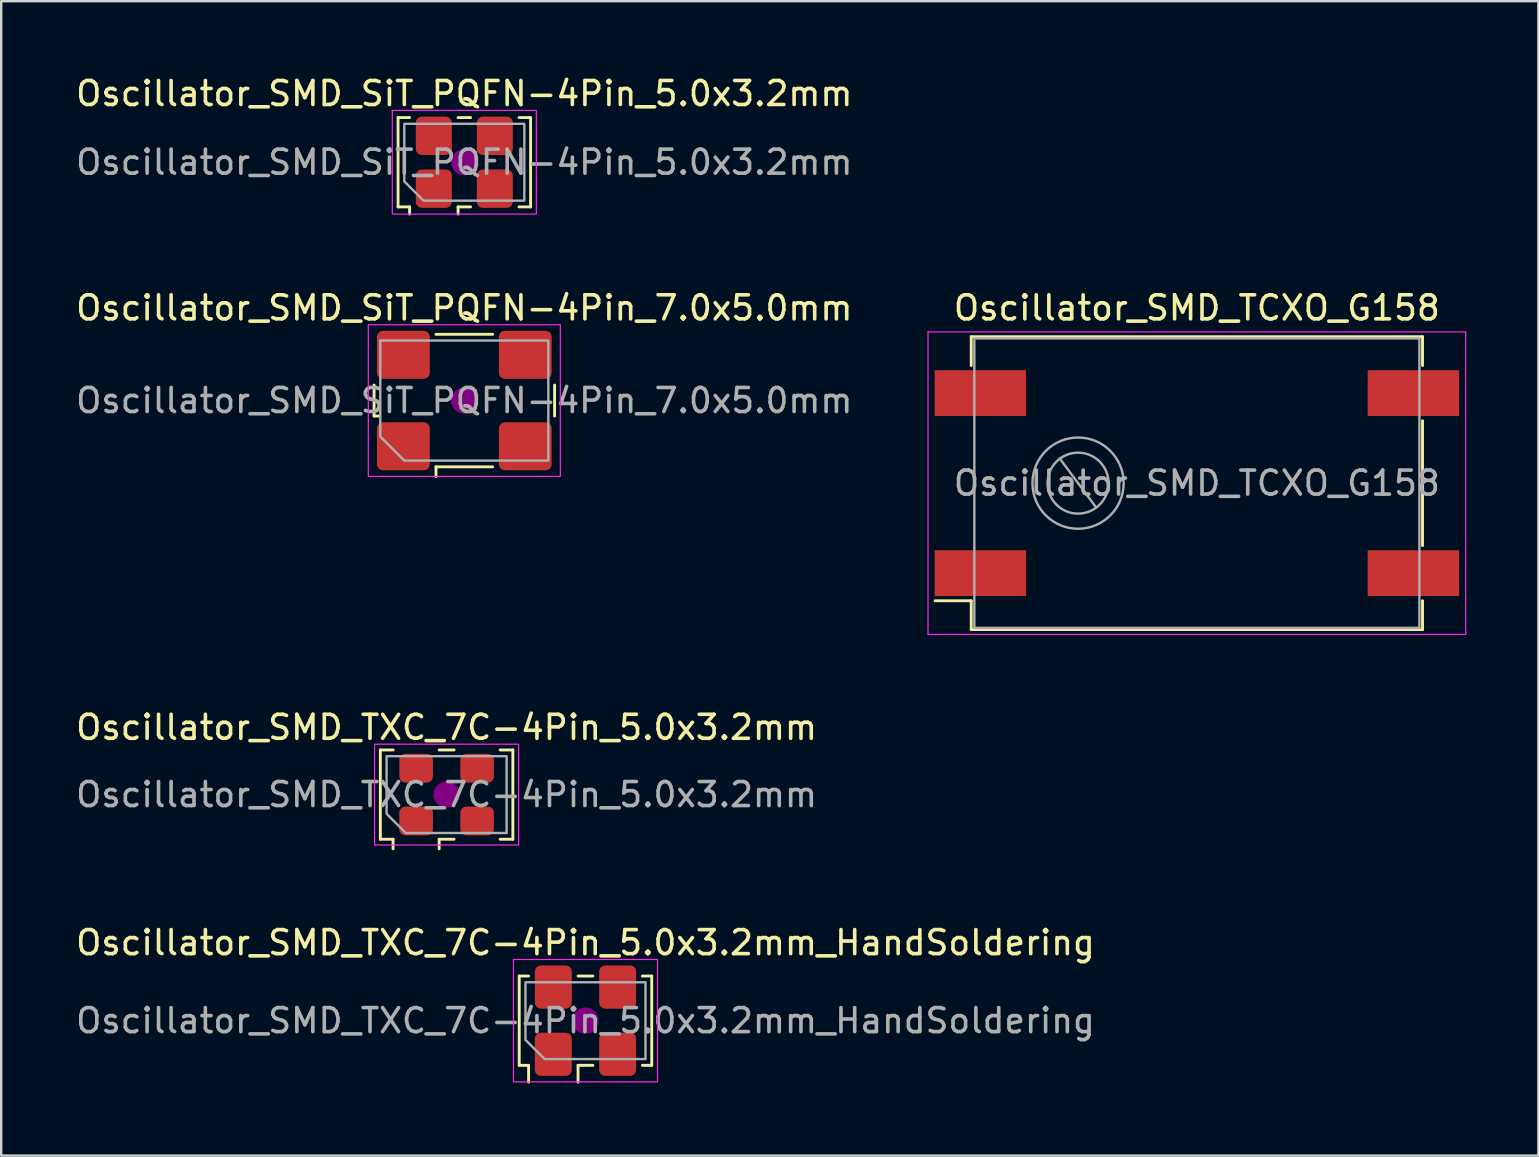
<source format=kicad_pcb>
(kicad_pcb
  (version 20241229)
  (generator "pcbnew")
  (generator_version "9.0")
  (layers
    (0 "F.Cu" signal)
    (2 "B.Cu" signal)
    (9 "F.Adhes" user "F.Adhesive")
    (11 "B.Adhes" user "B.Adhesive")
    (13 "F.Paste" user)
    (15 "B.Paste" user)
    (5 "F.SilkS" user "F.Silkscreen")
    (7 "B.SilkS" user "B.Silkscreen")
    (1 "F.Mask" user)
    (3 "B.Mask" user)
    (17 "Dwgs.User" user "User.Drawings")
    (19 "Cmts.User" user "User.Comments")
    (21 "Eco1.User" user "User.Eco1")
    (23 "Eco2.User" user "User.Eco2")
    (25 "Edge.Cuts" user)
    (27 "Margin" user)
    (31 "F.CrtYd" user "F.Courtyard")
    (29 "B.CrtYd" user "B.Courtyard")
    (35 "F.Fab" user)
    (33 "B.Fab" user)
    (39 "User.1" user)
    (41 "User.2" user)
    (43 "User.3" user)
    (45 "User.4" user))
  (footprint "Oscillator_SMD_TCXO_G158"
    (layer "F.Cu")
    (at 46.808 17.076)
    (property "Reference" "Oscillator_SMD_TCXO_G158" (at 0 -7.3 0) (layer "F.SilkS") (effects (font (size 1 1) (thickness 0.15))))
    (attr smd)
    (fp_line (start -10.9 4.9) (end -9.4 4.9) (stroke (width 0.12) (type solid)) (layer "F.SilkS"))
    (fp_line (start -9.4 -6.1) (end -9.4 -4.9) (stroke (width 0.12) (type solid)) (layer "F.SilkS"))
    (fp_line (start -9.4 4.9) (end -9.4 6.1) (stroke (width 0.12) (type solid)) (layer "F.SilkS"))
    (fp_line (start -9.4 6.1) (end 9.4 6.1) (stroke (width 0.12) (type solid)) (layer "F.SilkS"))
    (fp_line (start 9.4 -6.1) (end -9.4 -6.1) (stroke (width 0.12) (type solid)) (layer "F.SilkS"))
    (fp_line (start 9.4 -4.9) (end 9.4 -6.1) (stroke (width 0.12) (type solid)) (layer "F.SilkS"))
    (fp_line (start 9.4 2.6) (end 9.4 -2.6) (stroke (width 0.12) (type solid)) (layer "F.SilkS"))
    (fp_line (start 9.4 6.1) (end 9.4 4.9) (stroke (width 0.12) (type solid)) (layer "F.SilkS"))
    (fp_line (start -11.2 -6.3) (end -11.2 6.3) (stroke (width 0.05) (type solid)) (layer "F.CrtYd"))
    (fp_line (start -11.2 6.3) (end 11.2 6.3) (stroke (width 0.05) (type solid)) (layer "F.CrtYd"))
    (fp_line (start 11.2 -6.3) (end -11.2 -6.3) (stroke (width 0.05) (type solid)) (layer "F.CrtYd"))
    (fp_line (start 11.2 6.3) (end 11.2 -6.3) (stroke (width 0.05) (type solid)) (layer "F.CrtYd"))
    (fp_line (start -9.27 -6.03) (end 9.27 -6.03) (stroke (width 0.1) (type solid)) (layer "F.Fab"))
    (fp_line (start -9.27 5.97) (end -9.27 -5.97) (stroke (width 0.1) (type solid)) (layer "F.Fab"))
    (fp_line (start -5.71 -1.02) (end -4.19 1.02) (stroke (width 0.1) (type solid)) (layer "F.Fab"))
    (fp_line (start 9.27 -5.97) (end 9.27 5.97) (stroke (width 0.1) (type solid)) (layer "F.Fab"))
    (fp_line (start 9.27 6.03) (end -9.27 6.03) (stroke (width 0.1) (type solid)) (layer "F.Fab"))
    (fp_circle (center -4.95 0) (end -3.68 0) (stroke (width 0.1) (type solid)) (fill no) (layer "F.Fab"))
    (fp_circle (center -4.95 0) (end -3.05 0) (stroke (width 0.1) (type solid)) (fill no) (layer "F.Fab"))
    (fp_text user "${REFERENCE}" (at 0 0 0) (layer "F.Fab") (effects (font (size 1 1) (thickness 0.15))))
    (pad "1" smd rect (at -9.02 3.75) (size 3.81 1.91) (layers "F.Cu" "F.Mask" "F.Paste"))
    (pad "2" smd rect (at 9.02 3.75) (size 3.81 1.91) (layers "F.Cu" "F.Mask" "F.Paste"))
    (pad "3" smd rect (at 9.02 -3.75) (size 3.81 1.91) (layers "F.Cu" "F.Mask" "F.Paste"))
    (pad "4" smd rect (at -9.02 -3.75) (size 3.81 1.91) (layers "F.Cu" "F.Mask" "F.Paste")))
  (footprint "Oscillator_SMD_SiT_PQFN-4Pin_7.0x5.0mm"
    (layer "F.Cu")
    (at 16.292 13.636)
    (property "Reference" "Oscillator_SMD_SiT_PQFN-4Pin_7.0x5.0mm" (at 0 -3.86 0) (layer "F.SilkS") (effects (font (size 1 1) (thickness 0.15))))
    (attr smd)
    (fp_line (start -3.76 0.645) (end -3.76 -0.645) (stroke (width 0.12) (type solid)) (layer "F.SilkS"))
    (fp_line (start -3.52 0.645) (end -3.76 0.645) (stroke (width 0.12) (type solid)) (layer "F.SilkS"))
    (fp_line (start -1.18 -2.76) (end 1.18 -2.76) (stroke (width 0.12) (type solid)) (layer "F.SilkS"))
    (fp_line (start -1.18 2.76) (end -1.18 3.165) (stroke (width 0.12) (type solid)) (layer "F.SilkS"))
    (fp_line (start 1.18 2.76) (end -1.18 2.76) (stroke (width 0.12) (type solid)) (layer "F.SilkS"))
    (fp_line (start 3.76 -0.645) (end 3.76 0.645) (stroke (width 0.12) (type solid)) (layer "F.SilkS"))
    (fp_circle (center 0 0) (end 0.5 0) (stroke (width 0.1) (type solid)) (fill yes) (layer "F.Adhes"))
    (fp_rect (start -4 -3.16) (end 4 3.16) (stroke (width 0.05) (type solid)) (fill no) (layer "F.CrtYd"))
    (fp_poly (pts (xy -3.5 -2.5) (xy -3.5 1.5) (xy -2.5 2.5) (xy 3.5 2.5) (xy 3.5 -2.5)) (stroke (width 0.1) (type solid)) (fill no) (layer "F.Fab"))
    (fp_text user "${REFERENCE}" (at 0 0 0) (layer "F.Fab") (effects (font (size 1 1) (thickness 0.15))))
    (pad "1" smd roundrect (at -2.54 1.905) (size 2.2 2) (layers "F.Cu" "F.Mask" "F.Paste") (roundrect_rratio 0.125))
    (pad "2" smd roundrect (at 2.54 1.905) (size 2.2 2) (layers "F.Cu" "F.Mask" "F.Paste") (roundrect_rratio 0.125))
    (pad "3" smd roundrect (at 2.54 -1.905) (size 2.2 2) (layers "F.Cu" "F.Mask" "F.Paste") (roundrect_rratio 0.125))
    (pad "4" smd roundrect (at -2.54 -1.905) (size 2.2 2) (layers "F.Cu" "F.Mask" "F.Paste") (roundrect_rratio 0.125)))
  (footprint "Oscillator_SMD_SiT_PQFN-4Pin_5.0x3.2mm"
    (layer "F.Cu")
    (at 16.292 3.708)
    (property "Reference" "Oscillator_SMD_SiT_PQFN-4Pin_5.0x3.2mm" (at 0 -2.86 0) (layer "F.SilkS") (effects (font (size 1 1) (thickness 0.15))))
    (attr smd)
    (fp_line (start -2.76 -1.86) (end -2.28 -1.86) (stroke (width 0.12) (type solid)) (layer "F.SilkS"))
    (fp_line (start -2.76 1.86) (end -2.76 -1.86) (stroke (width 0.12) (type solid)) (layer "F.SilkS"))
    (fp_line (start -2.28 1.86) (end -2.76 1.86) (stroke (width 0.12) (type solid)) (layer "F.SilkS"))
    (fp_line (start -2.28 2.16) (end -2.28 1.86) (stroke (width 0.12) (type solid)) (layer "F.SilkS"))
    (fp_line (start -0.26 -1.86) (end 0.26 -1.86) (stroke (width 0.12) (type solid)) (layer "F.SilkS"))
    (fp_line (start -0.26 1.86) (end -0.26 2.16) (stroke (width 0.12) (type solid)) (layer "F.SilkS"))
    (fp_line (start 0.26 1.86) (end -0.26 1.86) (stroke (width 0.12) (type solid)) (layer "F.SilkS"))
    (fp_line (start 2.28 -1.86) (end 2.76 -1.86) (stroke (width 0.12) (type solid)) (layer "F.SilkS"))
    (fp_line (start 2.76 -1.86) (end 2.76 1.86) (stroke (width 0.12) (type solid)) (layer "F.SilkS"))
    (fp_line (start 2.76 1.86) (end 2.28 1.86) (stroke (width 0.12) (type solid)) (layer "F.SilkS"))
    (fp_circle (center 0 0) (end 0.5 0) (stroke (width 0.1) (type solid)) (fill yes) (layer "F.Adhes"))
    (fp_rect (start -3 -2.16) (end 3 2.16) (stroke (width 0.05) (type solid)) (fill no) (layer "F.CrtYd"))
    (fp_poly (pts (xy -2.5 -1.6) (xy -2.5 0.8) (xy -1.7 1.6) (xy 2.5 1.6) (xy 2.5 -1.6)) (stroke (width 0.1) (type solid)) (fill no) (layer "F.Fab"))
    (fp_text user "${REFERENCE}" (at 0 0 0) (layer "F.Fab") (effects (font (size 1 1) (thickness 0.15))))
    (pad "1" smd roundrect (at -1.27 1.1) (size 1.5 1.6) (layers "F.Cu" "F.Mask" "F.Paste") (roundrect_rratio 0.167))
    (pad "2" smd roundrect (at 1.27 1.1) (size 1.5 1.6) (layers "F.Cu" "F.Mask" "F.Paste") (roundrect_rratio 0.167))
    (pad "3" smd roundrect (at 1.27 -1.1) (size 1.5 1.6) (layers "F.Cu" "F.Mask" "F.Paste") (roundrect_rratio 0.167))
    (pad "4" smd roundrect (at -1.27 -1.1) (size 1.5 1.6) (layers "F.Cu" "F.Mask" "F.Paste") (roundrect_rratio 0.167)))
  (footprint "Oscillator_SMD_TXC_7C-4Pin_5.0x3.2mm_HandSoldering"
    (layer "F.Cu")
    (at 21.339 39.468)
    (property "Reference" "Oscillator_SMD_TXC_7C-4Pin_5.0x3.2mm_HandSoldering" (at 0 -3.25 0) (layer "F.SilkS") (effects (font (size 1 1) (thickness 0.15))))
    (attr smd)
    (fp_line (start -2.76 -1.86) (end -2.37 -1.86) (stroke (width 0.12) (type solid)) (layer "F.SilkS"))
    (fp_line (start -2.76 1.86) (end -2.76 -1.86) (stroke (width 0.12) (type solid)) (layer "F.SilkS"))
    (fp_line (start -2.37 1.86) (end -2.76 1.86) (stroke (width 0.12) (type solid)) (layer "F.SilkS"))
    (fp_line (start -2.37 2.56) (end -2.37 1.86) (stroke (width 0.12) (type solid)) (layer "F.SilkS"))
    (fp_line (start -0.31 -1.86) (end 0.31 -1.86) (stroke (width 0.12) (type solid)) (layer "F.SilkS"))
    (fp_line (start -0.31 1.86) (end -0.31 2.56) (stroke (width 0.12) (type solid)) (layer "F.SilkS"))
    (fp_line (start 0.31 1.86) (end -0.31 1.86) (stroke (width 0.12) (type solid)) (layer "F.SilkS"))
    (fp_line (start 2.37 -1.86) (end 2.76 -1.86) (stroke (width 0.12) (type solid)) (layer "F.SilkS"))
    (fp_line (start 2.76 -1.86) (end 2.76 1.86) (stroke (width 0.12) (type solid)) (layer "F.SilkS"))
    (fp_line (start 2.76 1.86) (end 2.37 1.86) (stroke (width 0.12) (type solid)) (layer "F.SilkS"))
    (fp_circle (center 0 0) (end 0.5 0) (stroke (width 0.1) (type solid)) (fill yes) (layer "F.Adhes"))
    (fp_rect (start -3 -2.55) (end 3 2.55) (stroke (width 0.05) (type solid)) (fill no) (layer "F.CrtYd"))
    (fp_poly (pts (xy -2.5 -1.6) (xy -2.5 0.8) (xy -1.7 1.6) (xy 2.5 1.6) (xy 2.5 -1.6)) (stroke (width 0.1) (type solid)) (fill no) (layer "F.Fab"))
    (fp_text user "${REFERENCE}" (at 0 0 0) (layer "F.Fab") (effects (font (size 1 1) (thickness 0.15))))
    (pad "1" smd roundrect (at -1.34 1.4) (size 1.54 1.8) (layers "F.Cu" "F.Mask" "F.Paste") (roundrect_rratio 0.162))
    (pad "2" smd roundrect (at 1.34 1.4) (size 1.54 1.8) (layers "F.Cu" "F.Mask" "F.Paste") (roundrect_rratio 0.162))
    (pad "3" smd roundrect (at 1.34 -1.4) (size 1.54 1.8) (layers "F.Cu" "F.Mask" "F.Paste") (roundrect_rratio 0.162))
    (pad "4" smd roundrect (at -1.34 -1.4) (size 1.54 1.8) (layers "F.Cu" "F.Mask" "F.Paste") (roundrect_rratio 0.162)))
  (footprint "Oscillator_SMD_TXC_7C-4Pin_5.0x3.2mm"
    (layer "F.Cu")
    (at 15.554 30.05)
    (property "Reference" "Oscillator_SMD_TXC_7C-4Pin_5.0x3.2mm" (at 0 -2.8 0) (layer "F.SilkS") (effects (font (size 1 1) (thickness 0.15))))
    (attr smd)
    (fp_line (start -2.76 -1.86) (end -2.23 -1.86) (stroke (width 0.12) (type solid)) (layer "F.SilkS"))
    (fp_line (start -2.76 1.86) (end -2.76 -1.86) (stroke (width 0.12) (type solid)) (layer "F.SilkS"))
    (fp_line (start -2.23 1.86) (end -2.76 1.86) (stroke (width 0.12) (type solid)) (layer "F.SilkS"))
    (fp_line (start -2.23 2.26) (end -2.23 1.86) (stroke (width 0.12) (type solid)) (layer "F.SilkS"))
    (fp_line (start -0.31 -1.86) (end 0.31 -1.86) (stroke (width 0.12) (type solid)) (layer "F.SilkS"))
    (fp_line (start -0.31 1.86) (end -0.31 2.26) (stroke (width 0.12) (type solid)) (layer "F.SilkS"))
    (fp_line (start 0.31 1.86) (end -0.31 1.86) (stroke (width 0.12) (type solid)) (layer "F.SilkS"))
    (fp_line (start 2.23 -1.86) (end 2.76 -1.86) (stroke (width 0.12) (type solid)) (layer "F.SilkS"))
    (fp_line (start 2.76 -1.86) (end 2.76 1.86) (stroke (width 0.12) (type solid)) (layer "F.SilkS"))
    (fp_line (start 2.76 1.86) (end 2.23 1.86) (stroke (width 0.12) (type solid)) (layer "F.SilkS"))
    (fp_circle (center 0 0) (end 0.5 0) (stroke (width 0.1) (type solid)) (fill yes) (layer "F.Adhes"))
    (fp_rect (start -3 -2.1) (end 3 2.1) (stroke (width 0.05) (type solid)) (fill no) (layer "F.CrtYd"))
    (fp_poly (pts (xy -2.5 -1.6) (xy -2.5 0.8) (xy -1.7 1.6) (xy 2.5 1.6) (xy 2.5 -1.6)) (stroke (width 0.1) (type solid)) (fill no) (layer "F.Fab"))
    (fp_text user "${REFERENCE}" (at 0 0 0) (layer "F.Fab") (effects (font (size 1 1) (thickness 0.15))))
    (pad "1" smd roundrect (at -1.27 1.1) (size 1.4 1.2) (layers "F.Cu" "F.Mask" "F.Paste") (roundrect_rratio 0.208))
    (pad "2" smd roundrect (at 1.27 1.1) (size 1.4 1.2) (layers "F.Cu" "F.Mask" "F.Paste") (roundrect_rratio 0.208))
    (pad "3" smd roundrect (at 1.27 -1.1) (size 1.4 1.2) (layers "F.Cu" "F.Mask" "F.Paste") (roundrect_rratio 0.208))
    (pad "4" smd roundrect (at -1.27 -1.1) (size 1.4 1.2) (layers "F.Cu" "F.Mask" "F.Paste") (roundrect_rratio 0.208)))
  (gr_rect
    (start -3 -3)
    (end 61.033 45.088)
    (stroke (width 0.1) (type default))
    (fill no)
    (layer "Edge.Cuts")))
</source>
